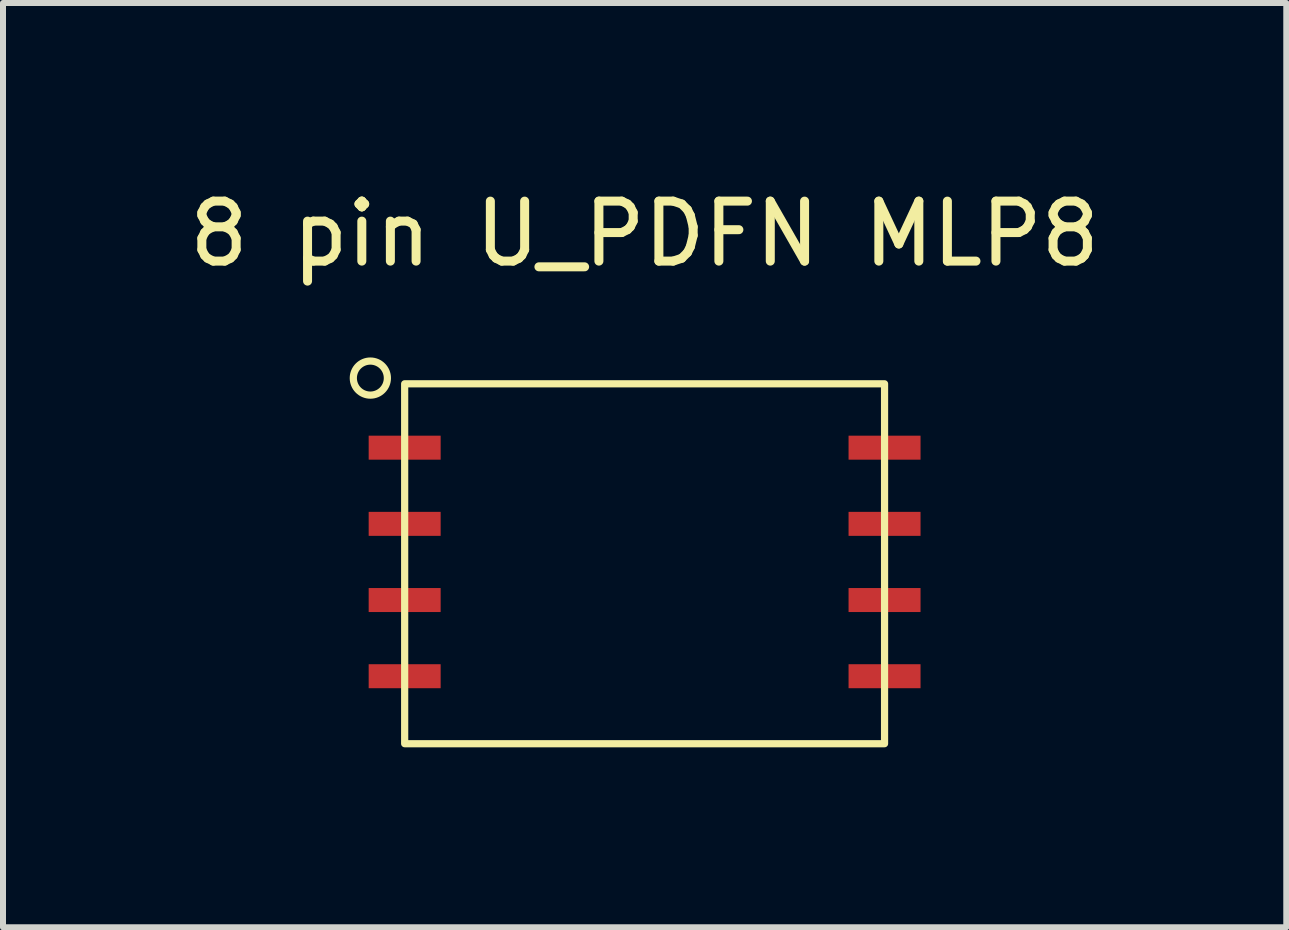
<source format=kicad_pcb>
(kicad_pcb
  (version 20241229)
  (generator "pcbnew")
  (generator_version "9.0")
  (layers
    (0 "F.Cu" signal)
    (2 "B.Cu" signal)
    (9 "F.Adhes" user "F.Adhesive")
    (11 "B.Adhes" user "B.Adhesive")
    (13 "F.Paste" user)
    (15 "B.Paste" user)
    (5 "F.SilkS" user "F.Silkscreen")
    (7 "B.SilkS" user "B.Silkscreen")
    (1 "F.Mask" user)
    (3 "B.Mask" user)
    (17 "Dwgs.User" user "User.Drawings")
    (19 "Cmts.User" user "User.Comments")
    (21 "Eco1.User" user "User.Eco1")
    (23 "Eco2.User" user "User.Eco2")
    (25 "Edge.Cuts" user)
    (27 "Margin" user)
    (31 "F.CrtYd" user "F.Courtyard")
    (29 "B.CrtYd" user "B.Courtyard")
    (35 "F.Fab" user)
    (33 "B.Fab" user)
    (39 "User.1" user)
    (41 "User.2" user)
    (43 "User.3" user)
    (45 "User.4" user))
  (footprint "8 pin U_PDFN MLP8"
    (layer "F.Cu")
    (at 7.696 1.348)
    (property "Reference" "8 pin U_PDFN MLP8" (at 0 -0.5 0) (unlocked yes) (layer "F.SilkS") (effects (font (size 1 1) (thickness 0.15))))
    (attr smd)
    (fp_rect (start -4 2) (end 4 8) (stroke (width 0.12) (type solid)) (fill no) (layer "F.SilkS"))
    (fp_circle (center -4.572 1.905) (end -4.445 1.651) (stroke (width 0.12) (type solid)) (fill no) (layer "F.SilkS"))
    (pad "1" smd rect (at -4 3.065) (size 1.2 0.4) (layers "F.Cu" "F.Mask" "F.Paste"))
    (pad "2" smd rect (at -4 4.335) (size 1.2 0.4) (layers "F.Cu" "F.Mask" "F.Paste"))
    (pad "3" smd rect (at -4 5.605) (size 1.2 0.4) (layers "F.Cu" "F.Mask" "F.Paste"))
    (pad "4" smd rect (at -4 6.875) (size 1.2 0.4) (layers "F.Cu" "F.Mask" "F.Paste"))
    (pad "5" smd rect (at 4 6.875) (size 1.2 0.4) (layers "F.Cu" "F.Mask" "F.Paste"))
    (pad "6" smd rect (at 4 5.605) (size 1.2 0.4) (layers "F.Cu" "F.Mask" "F.Paste"))
    (pad "7" smd rect (at 4 4.335) (size 1.2 0.4) (layers "F.Cu" "F.Mask" "F.Paste"))
    (pad "8" smd rect (at 4 3.065) (size 1.2 0.4) (layers "F.Cu" "F.Mask" "F.Paste")))
  (gr_rect
    (start -3 -3)
    (end 18.393 12.408)
    (stroke (width 0.1) (type default))
    (fill no)
    (layer "Edge.Cuts")))
</source>
